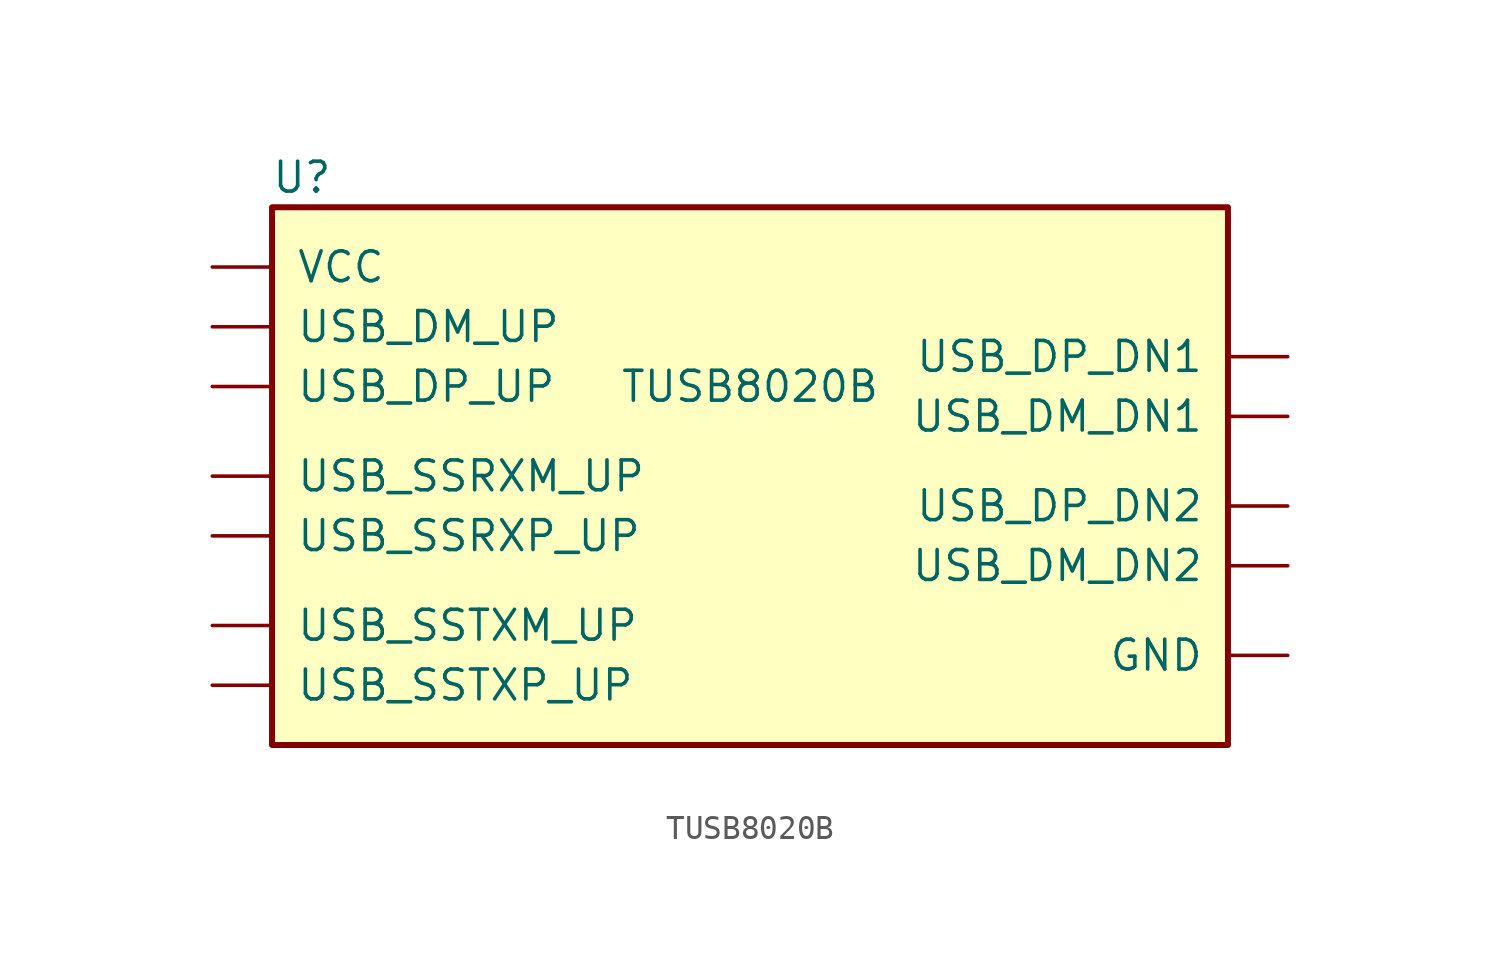
<source format=kicad_sym>
(kicad_symbol_lib
  (version 20211014)
  (generator kicad_symbol_editor)
  (symbol "TUSB8020B"
    (pin_names
      (offset 1.016))
    (property "Reference" "U"
      (at -20.32 22.86 0)
      (effects (font (size 1.27 1.27))))
    (property "Value" "TUSB8020B"
      (at -1.27 13.97 0)
      (effects (font (size 1.27 1.27))))
    (symbol "TUSB8020B_0_1"
      (rectangle (start -21.59 21.59) (end 19.05 -1.27) (stroke (width 0.254) (type default) (color 0 0 0 0)) (fill (type background))))
    (symbol "TUSB8020B_1_1"
      (pin unspecified line (at 21.59 2.54 180) (length 2.54) (name "GND" (effects (font (size 1.27 1.27)))) (number "" (effects (font (size 1.27 1.27)))))
      (pin unspecified line (at 21.59 12.7 180) (length 2.54) (name "USB_DM_DN1" (effects (font (size 1.27 1.27)))) (number "" (effects (font (size 1.27 1.27)))))
      (pin unspecified line (at 21.59 6.35 180) (length 2.54) (name "USB_DM_DN2" (effects (font (size 1.27 1.27)))) (number "" (effects (font (size 1.27 1.27)))))
      (pin unspecified line (at -24.13 16.51 0) (length 2.54) (name "USB_DM_UP" (effects (font (size 1.27 1.27)))) (number "" (effects (font (size 1.27 1.27)))))
      (pin unspecified line (at 21.59 15.24 180) (length 2.54) (name "USB_DP_DN1" (effects (font (size 1.27 1.27)))) (number "" (effects (font (size 1.27 1.27)))))
      (pin unspecified line (at 21.59 8.89 180) (length 2.54) (name "USB_DP_DN2" (effects (font (size 1.27 1.27)))) (number "" (effects (font (size 1.27 1.27)))))
      (pin unspecified line (at -24.13 13.97 0) (length 2.54) (name "USB_DP_UP" (effects (font (size 1.27 1.27)))) (number "" (effects (font (size 1.27 1.27)))))
      (pin unspecified line (at -24.13 10.16 0) (length 2.54) (name "USB_SSRXM_UP" (effects (font (size 1.27 1.27)))) (number "" (effects (font (size 1.27 1.27)))))
      (pin unspecified line (at -24.13 7.62 0) (length 2.54) (name "USB_SSRXP_UP" (effects (font (size 1.27 1.27)))) (number "" (effects (font (size 1.27 1.27)))))
      (pin unspecified line (at -24.13 3.81 0) (length 2.54) (name "USB_SSTXM_UP" (effects (font (size 1.27 1.27)))) (number "" (effects (font (size 1.27 1.27)))))
      (pin unspecified line (at -24.13 1.27 0) (length 2.54) (name "USB_SSTXP_UP" (effects (font (size 1.27 1.27)))) (number "" (effects (font (size 1.27 1.27)))))
      (pin unspecified line (at -24.13 19.05 0) (length 2.54) (name "VCC" (effects (font (size 1.27 1.27)))) (number "" (effects (font (size 1.27 1.27))))))))
</source>
